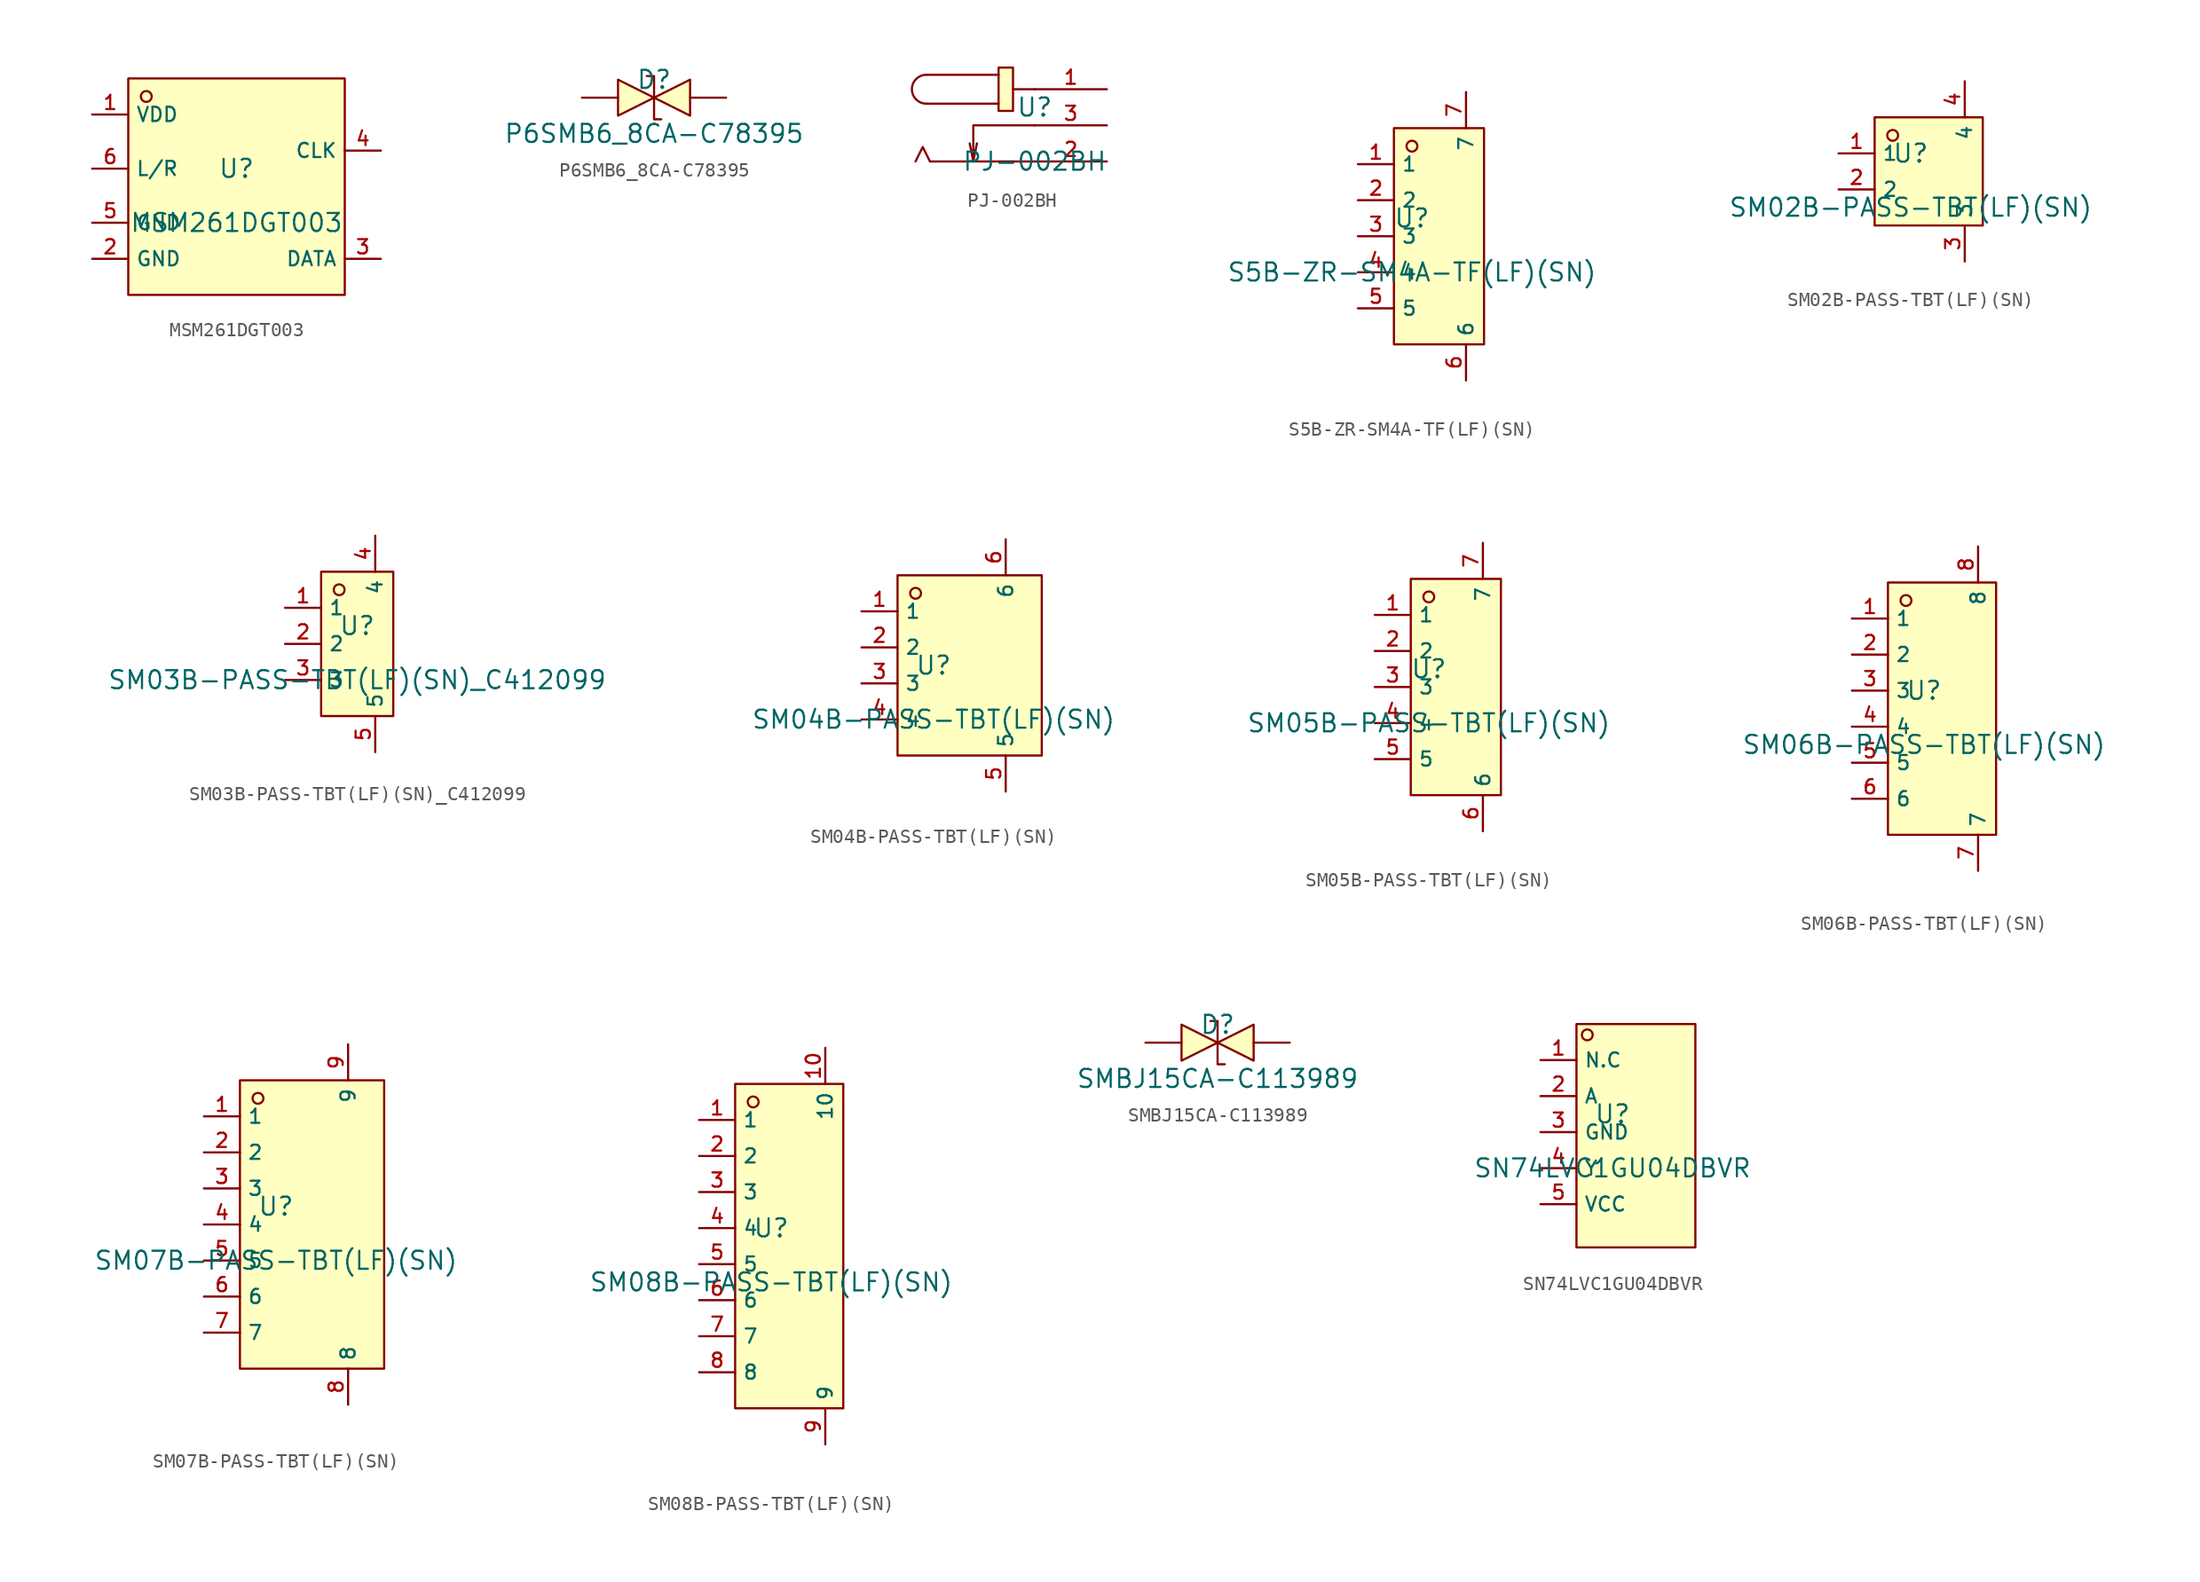
<source format=kicad_sym>
(kicad_symbol_lib
  (version 20210201)
  (generator TousstNicolas/JLC2KiCad_lib)
  (symbol "MSM261DGT003"
    (property "Reference" "U"
      (at 0 1.27 0)
      (effects (font (size 1.27 1.27))))
    (property "Value" "MSM261DGT003"
      (at 0 -2.54 0)
      (effects (font (size 1.27 1.27))))
    (symbol "MSM261DGT003_0_1"
      (rectangle (start -7.62 7.62) (end 7.62 -7.62) (stroke (width 0) (type default) (color 0 0 0 0)) (fill (type background)))
      (circle (center -6.35 6.35) (radius 0.381) (stroke (width 0) (type default) (color 0 0 0 0)) (fill (type background)))
      (pin unspecified line (at -10.16 5.08 0) (length 2.54) (name "VDD" (effects (font (size 1 1)))) (number "1" (effects (font (size 1 1)))))
      (pin unspecified line (at 10.16 2.54 180) (length 2.54) (name "CLK" (effects (font (size 1 1)))) (number "4" (effects (font (size 1 1)))))
      (pin unspecified line (at -10.16 -5.08 0) (length 2.54) (name "GND" (effects (font (size 1 1)))) (number "2" (effects (font (size 1 1)))))
      (pin unspecified line (at -10.16 -2.54 0) (length 2.54) (name "GND" (effects (font (size 1 1)))) (number "5" (effects (font (size 1 1)))))
      (pin unspecified line (at -10.16 1.27 0) (length 2.54) (name "L/R" (effects (font (size 1 1)))) (number "6" (effects (font (size 1 1)))))
      (pin unspecified line (at 10.16 -5.08 180) (length 2.54) (name "DATA" (effects (font (size 1 1)))) (number "3" (effects (font (size 1 1)))))))
  (symbol "P6SMB6_8CA-C78395"
    (pin_names hide)
    (pin_numbers hide)
    (property "Reference" "D"
      (at 0 1.27 0)
      (effects (font (size 1.27 1.27))))
    (property "Value" "P6SMB6_8CA-C78395"
      (at 0 -2.54 0)
      (effects (font (size 1.27 1.27))))
    (symbol "P6SMB6_8CA-C78395_0_1"
      (pin unspecified line (at 5.08 -0.0 180) (length 2.54) (name "2" (effects (font (size 1 1)))) (number "2" (effects (font (size 1 1)))))
      (pin unspecified line (at -5.08 -0.0 0) (length 2.54) (name "1" (effects (font (size 1 1)))) (number "1" (effects (font (size 1 1)))))
      (polyline (pts (xy -2.54 1.27) (xy 0.0 -0.0) (xy -2.54 -1.27) (xy -2.54 1.27)) (stroke (width 0) (type default) (color 0 0 0 0)) (fill (type background)))
      (polyline (pts (xy 2.54 1.27) (xy 0.0 -0.0) (xy 2.54 -1.27) (xy 2.54 1.27)) (stroke (width 0) (type default) (color 0 0 0 0)) (fill (type background)))
      (polyline (pts (xy -0.508 1.524) (xy -0.508 1.524) (xy 0.0 1.524) (xy 0.0 -1.524) (xy 0.508 -1.524) (xy 0.508 -1.524)) (stroke (width 0) (type default) (color 0 0 0 0)) (fill (type none)))))
  (symbol "PJ-002BH"
    (pin_names hide)
    (property "Reference" "U"
      (at 0 1.27 0)
      (effects (font (size 1.27 1.27))))
    (property "Value" "PJ-002BH"
      (at 0 -2.54 0)
      (effects (font (size 1.27 1.27))))
    (symbol "PJ-002BH_0_1"
      (polyline (pts (xy 0.0 2.54) (xy -1.524 2.54)) (stroke (width 0) (type default) (color 0 0 0 0)) (fill (type none)))
      (rectangle (start -2.54 4.064) (end -1.524 1.016) (stroke (width 0) (type default) (color 0 0 0 0)) (fill (type background)))
      (polyline (pts (xy -2.54 3.556) (xy -7.62 3.556)) (stroke (width 0) (type default) (color 0 0 0 0)) (fill (type none)))
      (polyline (pts (xy -2.54 1.524) (xy -7.62 1.524)) (stroke (width 0) (type default) (color 0 0 0 0)) (fill (type none)))
      (arc (start -7.62001524003048 1.524003048006096) (mid -8.636017272034545 2.54000508001016) (end -7.62001524003048 3.5560071120142243) (stroke (width 0) (type default) (color 0 0 0 0)) (fill (type none)))
      (polyline (pts (xy 0.0 -2.54) (xy -7.366 -2.54) (xy -7.874 -1.524) (xy -8.382 -2.54)) (stroke (width 0) (type default) (color 0 0 0 0)) (fill (type none)))
      (polyline (pts (xy 0.0 -0.0) (xy -4.318 -0.0) (xy -4.318 -2.54) (xy -4.572 -1.27)) (stroke (width 0) (type default) (color 0 0 0 0)) (fill (type none)))
      (polyline (pts (xy -4.318 -2.54) (xy -4.064 -1.27)) (stroke (width 0) (type default) (color 0 0 0 0)) (fill (type none)))
      (pin unspecified line (at 5.08 2.54 180) (length 5.08) (name "1" (effects (font (size 1 1)))) (number "1" (effects (font (size 1 1)))))
      (pin unspecified line (at 5.08 -2.54 180) (length 5.08) (name "2" (effects (font (size 1 1)))) (number "2" (effects (font (size 1 1)))))
      (pin unspecified line (at 5.08 -0.0 180) (length 5.08) (name "3" (effects (font (size 1 1)))) (number "3" (effects (font (size 1 1)))))))
  (symbol "S5B-ZR-SM4A-TF(LF)(SN)"
    (property "Reference" "U"
      (at 0 1.27 0)
      (effects (font (size 1.27 1.27))))
    (property "Value" "S5B-ZR-SM4A-TF(LF)(SN)"
      (at 0 -2.54 0)
      (effects (font (size 1.27 1.27))))
    (symbol "S5B-ZR-SM4A-TF(LF)(SN)_0_1"
      (rectangle (start -1.27 7.62) (end 5.08 -7.62) (stroke (width 0) (type default) (color 0 0 0 0)) (fill (type background)))
      (circle (center 0.0 6.35) (radius 0.381) (stroke (width 0) (type default) (color 0 0 0 0)) (fill (type background)))
      (pin unspecified line (at -3.81 5.08 0) (length 2.54) (name "1" (effects (font (size 1 1)))) (number "1" (effects (font (size 1 1)))))
      (pin unspecified line (at -3.81 2.54 0) (length 2.54) (name "2" (effects (font (size 1 1)))) (number "2" (effects (font (size 1 1)))))
      (pin unspecified line (at -3.81 -0.0 0) (length 2.54) (name "3" (effects (font (size 1 1)))) (number "3" (effects (font (size 1 1)))))
      (pin unspecified line (at -3.81 -2.54 0) (length 2.54) (name "4" (effects (font (size 1 1)))) (number "4" (effects (font (size 1 1)))))
      (pin unspecified line (at -3.81 -5.08 0) (length 2.54) (name "5" (effects (font (size 1 1)))) (number "5" (effects (font (size 1 1)))))
      (pin unspecified line (at 3.81 -10.16 90) (length 2.54) (name "6" (effects (font (size 1 1)))) (number "6" (effects (font (size 1 1)))))
      (pin unspecified line (at 3.81 10.16 270) (length 2.54) (name "7" (effects (font (size 1 1)))) (number "7" (effects (font (size 1 1)))))))
  (symbol "SM02B-PASS-TBT(LF)(SN)"
    (property "Reference" "U"
      (at 0 1.27 0)
      (effects (font (size 1.27 1.27))))
    (property "Value" "SM02B-PASS-TBT(LF)(SN)"
      (at 0 -2.54 0)
      (effects (font (size 1.27 1.27))))
    (symbol "SM02B-PASS-TBT(LF)(SN)_0_1"
      (rectangle (start -2.54 3.81) (end 5.08 -3.81) (stroke (width 0) (type default) (color 0 0 0 0)) (fill (type background)))
      (circle (center -1.27 2.54) (radius 0.381) (stroke (width 0) (type default) (color 0 0 0 0)) (fill (type background)))
      (pin unspecified line (at -5.08 1.27 0) (length 2.54) (name "1" (effects (font (size 1 1)))) (number "1" (effects (font (size 1 1)))))
      (pin unspecified line (at -5.08 -1.27 0) (length 2.54) (name "2" (effects (font (size 1 1)))) (number "2" (effects (font (size 1 1)))))
      (pin unspecified line (at 3.81 -6.35 90) (length 2.54) (name "3" (effects (font (size 1 1)))) (number "3" (effects (font (size 1 1)))))
      (pin unspecified line (at 3.81 6.35 270) (length 2.54) (name "4" (effects (font (size 1 1)))) (number "4" (effects (font (size 1 1)))))))
  (symbol "SM03B-PASS-TBT(LF)(SN)_C412099"
    (property "Reference" "U"
      (at 0 1.27 0)
      (effects (font (size 1.27 1.27))))
    (property "Value" "SM03B-PASS-TBT(LF)(SN)_C412099"
      (at 0 -2.54 0)
      (effects (font (size 1.27 1.27))))
    (symbol "SM03B-PASS-TBT(LF)(SN)_C412099_0_1"
      (rectangle (start -2.54 5.08) (end 2.54 -5.08) (stroke (width 0) (type default) (color 0 0 0 0)) (fill (type background)))
      (circle (center -1.27 3.81) (radius 0.381) (stroke (width 0) (type default) (color 0 0 0 0)) (fill (type background)))
      (pin unspecified line (at -5.08 2.54 0) (length 2.54) (name "1" (effects (font (size 1 1)))) (number "1" (effects (font (size 1 1)))))
      (pin unspecified line (at -5.08 -0.0 0) (length 2.54) (name "2" (effects (font (size 1 1)))) (number "2" (effects (font (size 1 1)))))
      (pin unspecified line (at -5.08 -2.54 0) (length 2.54) (name "3" (effects (font (size 1 1)))) (number "3" (effects (font (size 1 1)))))
      (pin unspecified line (at 1.27 7.62 270) (length 2.54) (name "4" (effects (font (size 1 1)))) (number "4" (effects (font (size 1 1)))))
      (pin unspecified line (at 1.27 -7.62 90) (length 2.54) (name "5" (effects (font (size 1 1)))) (number "5" (effects (font (size 1 1)))))))
  (symbol "SM04B-PASS-TBT(LF)(SN)"
    (property "Reference" "U"
      (at 0 1.27 0)
      (effects (font (size 1.27 1.27))))
    (property "Value" "SM04B-PASS-TBT(LF)(SN)"
      (at 0 -2.54 0)
      (effects (font (size 1.27 1.27))))
    (symbol "SM04B-PASS-TBT(LF)(SN)_0_1"
      (rectangle (start -2.54 7.62) (end 7.62 -5.08) (stroke (width 0) (type default) (color 0 0 0 0)) (fill (type background)))
      (circle (center -1.27 6.35) (radius 0.381) (stroke (width 0) (type default) (color 0 0 0 0)) (fill (type background)))
      (pin unspecified line (at -5.08 5.08 0) (length 2.54) (name "1" (effects (font (size 1 1)))) (number "1" (effects (font (size 1 1)))))
      (pin unspecified line (at -5.08 2.54 0) (length 2.54) (name "2" (effects (font (size 1 1)))) (number "2" (effects (font (size 1 1)))))
      (pin unspecified line (at -5.08 -0.0 0) (length 2.54) (name "3" (effects (font (size 1 1)))) (number "3" (effects (font (size 1 1)))))
      (pin unspecified line (at -5.08 -2.54 0) (length 2.54) (name "4" (effects (font (size 1 1)))) (number "4" (effects (font (size 1 1)))))
      (pin unspecified line (at 5.08 -7.62 90) (length 2.54) (name "5" (effects (font (size 1 1)))) (number "5" (effects (font (size 1 1)))))
      (pin unspecified line (at 5.08 10.16 270) (length 2.54) (name "6" (effects (font (size 1 1)))) (number "6" (effects (font (size 1 1)))))))
  (symbol "SM05B-PASS-TBT(LF)(SN)"
    (property "Reference" "U"
      (at 0 1.27 0)
      (effects (font (size 1.27 1.27))))
    (property "Value" "SM05B-PASS-TBT(LF)(SN)"
      (at 0 -2.54 0)
      (effects (font (size 1.27 1.27))))
    (symbol "SM05B-PASS-TBT(LF)(SN)_0_1"
      (rectangle (start -1.27 7.62) (end 5.08 -7.62) (stroke (width 0) (type default) (color 0 0 0 0)) (fill (type background)))
      (circle (center 0.0 6.35) (radius 0.381) (stroke (width 0) (type default) (color 0 0 0 0)) (fill (type background)))
      (pin unspecified line (at -3.81 5.08 0) (length 2.54) (name "1" (effects (font (size 1 1)))) (number "1" (effects (font (size 1 1)))))
      (pin unspecified line (at -3.81 2.54 0) (length 2.54) (name "2" (effects (font (size 1 1)))) (number "2" (effects (font (size 1 1)))))
      (pin unspecified line (at -3.81 -0.0 0) (length 2.54) (name "3" (effects (font (size 1 1)))) (number "3" (effects (font (size 1 1)))))
      (pin unspecified line (at -3.81 -2.54 0) (length 2.54) (name "4" (effects (font (size 1 1)))) (number "4" (effects (font (size 1 1)))))
      (pin unspecified line (at -3.81 -5.08 0) (length 2.54) (name "5" (effects (font (size 1 1)))) (number "5" (effects (font (size 1 1)))))
      (pin unspecified line (at 3.81 -10.16 90) (length 2.54) (name "6" (effects (font (size 1 1)))) (number "6" (effects (font (size 1 1)))))
      (pin unspecified line (at 3.81 10.16 270) (length 2.54) (name "7" (effects (font (size 1 1)))) (number "7" (effects (font (size 1 1)))))))
  (symbol "SM06B-PASS-TBT(LF)(SN)"
    (property "Reference" "U"
      (at 0 1.27 0)
      (effects (font (size 1.27 1.27))))
    (property "Value" "SM06B-PASS-TBT(LF)(SN)"
      (at 0 -2.54 0)
      (effects (font (size 1.27 1.27))))
    (symbol "SM06B-PASS-TBT(LF)(SN)_0_1"
      (rectangle (start -2.54 8.89) (end 5.08 -8.89) (stroke (width 0) (type default) (color 0 0 0 0)) (fill (type background)))
      (circle (center -1.27 7.62) (radius 0.381) (stroke (width 0) (type default) (color 0 0 0 0)) (fill (type background)))
      (pin unspecified line (at -5.08 6.35 0) (length 2.54) (name "1" (effects (font (size 1 1)))) (number "1" (effects (font (size 1 1)))))
      (pin unspecified line (at -5.08 3.81 0) (length 2.54) (name "2" (effects (font (size 1 1)))) (number "2" (effects (font (size 1 1)))))
      (pin unspecified line (at -5.08 1.27 0) (length 2.54) (name "3" (effects (font (size 1 1)))) (number "3" (effects (font (size 1 1)))))
      (pin unspecified line (at -5.08 -1.27 0) (length 2.54) (name "4" (effects (font (size 1 1)))) (number "4" (effects (font (size 1 1)))))
      (pin unspecified line (at -5.08 -3.81 0) (length 2.54) (name "5" (effects (font (size 1 1)))) (number "5" (effects (font (size 1 1)))))
      (pin unspecified line (at -5.08 -6.35 0) (length 2.54) (name "6" (effects (font (size 1 1)))) (number "6" (effects (font (size 1 1)))))
      (pin unspecified line (at 3.81 -11.43 90) (length 2.54) (name "7" (effects (font (size 1 1)))) (number "7" (effects (font (size 1 1)))))
      (pin unspecified line (at 3.81 11.43 270) (length 2.54) (name "8" (effects (font (size 1 1)))) (number "8" (effects (font (size 1 1)))))))
  (symbol "SM07B-PASS-TBT(LF)(SN)"
    (property "Reference" "U"
      (at 0 1.27 0)
      (effects (font (size 1.27 1.27))))
    (property "Value" "SM07B-PASS-TBT(LF)(SN)"
      (at 0 -2.54 0)
      (effects (font (size 1.27 1.27))))
    (symbol "SM07B-PASS-TBT(LF)(SN)_0_1"
      (rectangle (start -2.54 10.16) (end 7.62 -10.16) (stroke (width 0) (type default) (color 0 0 0 0)) (fill (type background)))
      (circle (center -1.27 8.89) (radius 0.381) (stroke (width 0) (type default) (color 0 0 0 0)) (fill (type background)))
      (pin unspecified line (at -5.08 7.62 0) (length 2.54) (name "1" (effects (font (size 1 1)))) (number "1" (effects (font (size 1 1)))))
      (pin unspecified line (at -5.08 5.08 0) (length 2.54) (name "2" (effects (font (size 1 1)))) (number "2" (effects (font (size 1 1)))))
      (pin unspecified line (at -5.08 2.54 0) (length 2.54) (name "3" (effects (font (size 1 1)))) (number "3" (effects (font (size 1 1)))))
      (pin unspecified line (at -5.08 -0.0 0) (length 2.54) (name "4" (effects (font (size 1 1)))) (number "4" (effects (font (size 1 1)))))
      (pin unspecified line (at -5.08 -2.54 0) (length 2.54) (name "5" (effects (font (size 1 1)))) (number "5" (effects (font (size 1 1)))))
      (pin unspecified line (at -5.08 -5.08 0) (length 2.54) (name "6" (effects (font (size 1 1)))) (number "6" (effects (font (size 1 1)))))
      (pin unspecified line (at -5.08 -7.62 0) (length 2.54) (name "7" (effects (font (size 1 1)))) (number "7" (effects (font (size 1 1)))))
      (pin unspecified line (at 5.08 -12.7 90) (length 2.54) (name "8" (effects (font (size 1 1)))) (number "8" (effects (font (size 1 1)))))
      (pin unspecified line (at 5.08 12.7 270) (length 2.54) (name "9" (effects (font (size 1 1)))) (number "9" (effects (font (size 1 1)))))))
  (symbol "SM08B-PASS-TBT(LF)(SN)"
    (property "Reference" "U"
      (at 0 1.27 0)
      (effects (font (size 1.27 1.27))))
    (property "Value" "SM08B-PASS-TBT(LF)(SN)"
      (at 0 -2.54 0)
      (effects (font (size 1.27 1.27))))
    (symbol "SM08B-PASS-TBT(LF)(SN)_0_1"
      (rectangle (start -2.54 11.43) (end 5.08 -11.43) (stroke (width 0) (type default) (color 0 0 0 0)) (fill (type background)))
      (circle (center -1.27 10.16) (radius 0.381) (stroke (width 0) (type default) (color 0 0 0 0)) (fill (type background)))
      (pin unspecified line (at -5.08 8.89 0) (length 2.54) (name "1" (effects (font (size 1 1)))) (number "1" (effects (font (size 1 1)))))
      (pin unspecified line (at -5.08 6.35 0) (length 2.54) (name "2" (effects (font (size 1 1)))) (number "2" (effects (font (size 1 1)))))
      (pin unspecified line (at -5.08 3.81 0) (length 2.54) (name "3" (effects (font (size 1 1)))) (number "3" (effects (font (size 1 1)))))
      (pin unspecified line (at -5.08 1.27 0) (length 2.54) (name "4" (effects (font (size 1 1)))) (number "4" (effects (font (size 1 1)))))
      (pin unspecified line (at -5.08 -1.27 0) (length 2.54) (name "5" (effects (font (size 1 1)))) (number "5" (effects (font (size 1 1)))))
      (pin unspecified line (at -5.08 -3.81 0) (length 2.54) (name "6" (effects (font (size 1 1)))) (number "6" (effects (font (size 1 1)))))
      (pin unspecified line (at -5.08 -6.35 0) (length 2.54) (name "7" (effects (font (size 1 1)))) (number "7" (effects (font (size 1 1)))))
      (pin unspecified line (at -5.08 -8.89 0) (length 2.54) (name "8" (effects (font (size 1 1)))) (number "8" (effects (font (size 1 1)))))
      (pin unspecified line (at 3.81 -13.97 90) (length 2.54) (name "9" (effects (font (size 1 1)))) (number "9" (effects (font (size 1 1)))))
      (pin unspecified line (at 3.81 13.97 270) (length 2.54) (name "10" (effects (font (size 1 1)))) (number "10" (effects (font (size 1 1)))))))
  (symbol "SMBJ15CA-C113989"
    (pin_names hide)
    (pin_numbers hide)
    (property "Reference" "D"
      (at 0 1.27 0)
      (effects (font (size 1.27 1.27))))
    (property "Value" "SMBJ15CA-C113989"
      (at 0 -2.54 0)
      (effects (font (size 1.27 1.27))))
    (symbol "SMBJ15CA-C113989_0_1"
      (pin unspecified line (at 5.08 -0.0 180) (length 2.54) (name "2" (effects (font (size 1 1)))) (number "2" (effects (font (size 1 1)))))
      (pin unspecified line (at -5.08 -0.0 0) (length 2.54) (name "1" (effects (font (size 1 1)))) (number "1" (effects (font (size 1 1)))))
      (polyline (pts (xy -2.54 1.27) (xy 0.0 -0.0) (xy -2.54 -1.27) (xy -2.54 1.27)) (stroke (width 0) (type default) (color 0 0 0 0)) (fill (type background)))
      (polyline (pts (xy 2.54 1.27) (xy 0.0 -0.0) (xy 2.54 -1.27) (xy 2.54 1.27)) (stroke (width 0) (type default) (color 0 0 0 0)) (fill (type background)))
      (polyline (pts (xy -0.508 1.524) (xy -0.508 1.524) (xy 0.0 1.524) (xy 0.0 -1.524) (xy 0.508 -1.524) (xy 0.508 -1.524)) (stroke (width 0) (type default) (color 0 0 0 0)) (fill (type none)))))
  (symbol "SN74LVC1GU04DBVR"
    (property "Reference" "U"
      (at 0 1.27 0)
      (effects (font (size 1.27 1.27))))
    (property "Value" "SN74LVC1GU04DBVR"
      (at 0 -2.54 0)
      (effects (font (size 1.27 1.27))))
    (symbol "SN74LVC1GU04DBVR_0_1"
      (rectangle (start -2.54 7.62) (end 5.842 -8.128) (stroke (width 0) (type default) (color 0 0 0 0)) (fill (type background)))
      (circle (center -1.778 6.858) (radius 0.381) (stroke (width 0) (type default) (color 0 0 0 0)) (fill (type background)))
      (pin unspecified line (at -5.08 5.08 0) (length 2.54) (name "N.C" (effects (font (size 1 1)))) (number "1" (effects (font (size 1 1)))))
      (pin unspecified line (at -5.08 2.54 0) (length 2.54) (name "A" (effects (font (size 1 1)))) (number "2" (effects (font (size 1 1)))))
      (pin unspecified line (at -5.08 -0.0 0) (length 2.54) (name "GND" (effects (font (size 1 1)))) (number "3" (effects (font (size 1 1)))))
      (pin unspecified line (at -5.08 -2.54 0) (length 2.54) (name "Y" (effects (font (size 1 1)))) (number "4" (effects (font (size 1 1)))))
      (pin unspecified line (at -5.08 -5.08 0) (length 2.54) (name "VCC" (effects (font (size 1 1)))) (number "5" (effects (font (size 1 1))))))))
</source>
